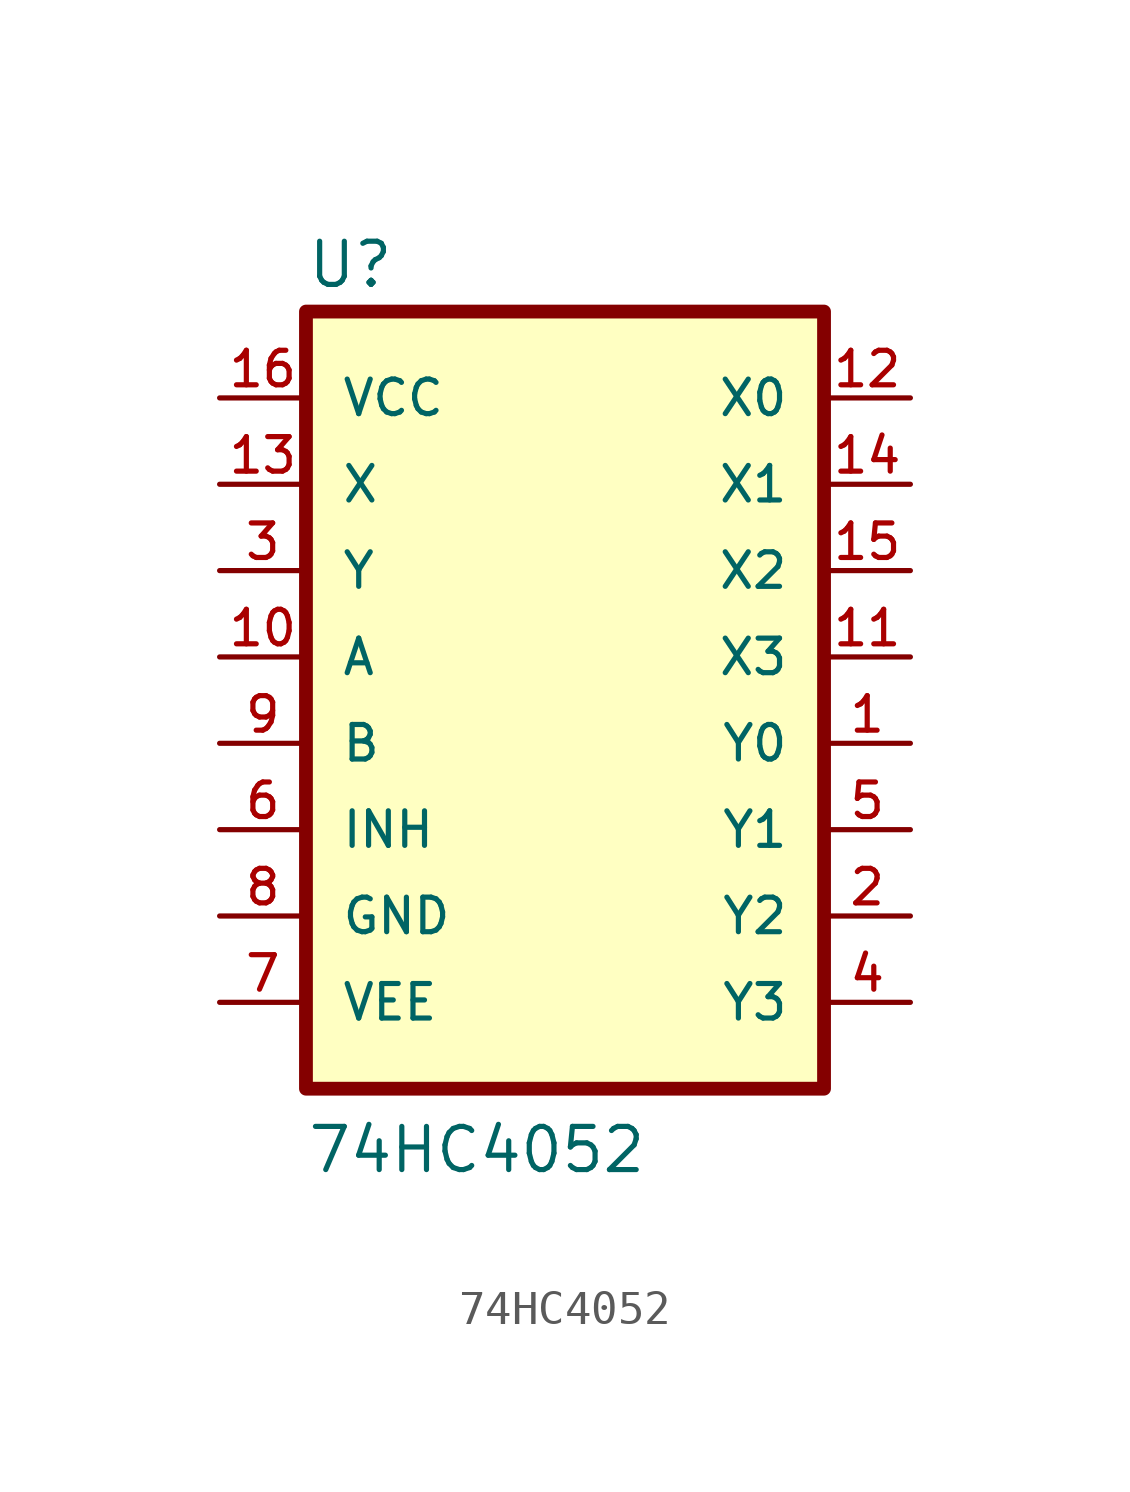
<source format=kicad_sym>
(kicad_symbol_lib
  (version 20211014)
  (generator kicad_symbol_editor)
  (symbol "74HC4052"
    (pin_names
      (offset 1.016))
    (property "Reference" "U"
      (at -7.62 10.796 0)
      (effects (font (size 1.27 1.27)) (justify bottom left)))
    (property "Value" "74HC4052"
      (at -7.622 -15.243 0)
      (effects (font (size 1.27 1.27)) (justify bottom left)))
    (symbol "74HC4052_0_0"
      (rectangle (start -7.62 -12.7) (end 7.62 10.16) (stroke (width 0.406)) (fill (type background)))
      (pin input line (at -10.16 0.0 0) (length 2.54) (name "A" (effects (font (size 1.016 1.016)))) (number "10" (effects (font (size 1.016 1.016)))))
      (pin input line (at -10.16 -2.54 0) (length 2.54) (name "B" (effects (font (size 1.016 1.016)))) (number "9" (effects (font (size 1.016 1.016)))))
      (pin power_in line (at -10.16 -7.62 0) (length 2.54) (name "GND" (effects (font (size 1.016 1.016)))) (number "8" (effects (font (size 1.016 1.016)))))
      (pin input line (at -10.16 -5.08 0) (length 2.54) (name "INH" (effects (font (size 1.016 1.016)))) (number "6" (effects (font (size 1.016 1.016)))))
      (pin power_in line (at -10.16 7.62 0) (length 2.54) (name "VCC" (effects (font (size 1.016 1.016)))) (number "16" (effects (font (size 1.016 1.016)))))
      (pin power_in line (at -10.16 -10.16 0) (length 2.54) (name "VEE" (effects (font (size 1.016 1.016)))) (number "7" (effects (font (size 1.016 1.016)))))
      (pin bidirectional line (at -10.16 5.08 0) (length 2.54) (name "X" (effects (font (size 1.016 1.016)))) (number "13" (effects (font (size 1.016 1.016)))))
      (pin bidirectional line (at 10.16 7.62 180.0) (length 2.54) (name "X0" (effects (font (size 1.016 1.016)))) (number "12" (effects (font (size 1.016 1.016)))))
      (pin bidirectional line (at 10.16 5.08 180.0) (length 2.54) (name "X1" (effects (font (size 1.016 1.016)))) (number "14" (effects (font (size 1.016 1.016)))))
      (pin bidirectional line (at 10.16 2.54 180.0) (length 2.54) (name "X2" (effects (font (size 1.016 1.016)))) (number "15" (effects (font (size 1.016 1.016)))))
      (pin bidirectional line (at 10.16 0.0 180.0) (length 2.54) (name "X3" (effects (font (size 1.016 1.016)))) (number "11" (effects (font (size 1.016 1.016)))))
      (pin bidirectional line (at -10.16 2.54 0) (length 2.54) (name "Y" (effects (font (size 1.016 1.016)))) (number "3" (effects (font (size 1.016 1.016)))))
      (pin bidirectional line (at 10.16 -2.54 180.0) (length 2.54) (name "Y0" (effects (font (size 1.016 1.016)))) (number "1" (effects (font (size 1.016 1.016)))))
      (pin bidirectional line (at 10.16 -5.08 180.0) (length 2.54) (name "Y1" (effects (font (size 1.016 1.016)))) (number "5" (effects (font (size 1.016 1.016)))))
      (pin bidirectional line (at 10.16 -7.62 180.0) (length 2.54) (name "Y2" (effects (font (size 1.016 1.016)))) (number "2" (effects (font (size 1.016 1.016)))))
      (pin bidirectional line (at 10.16 -10.16 180.0) (length 2.54) (name "Y3" (effects (font (size 1.016 1.016)))) (number "4" (effects (font (size 1.016 1.016))))))))
</source>
